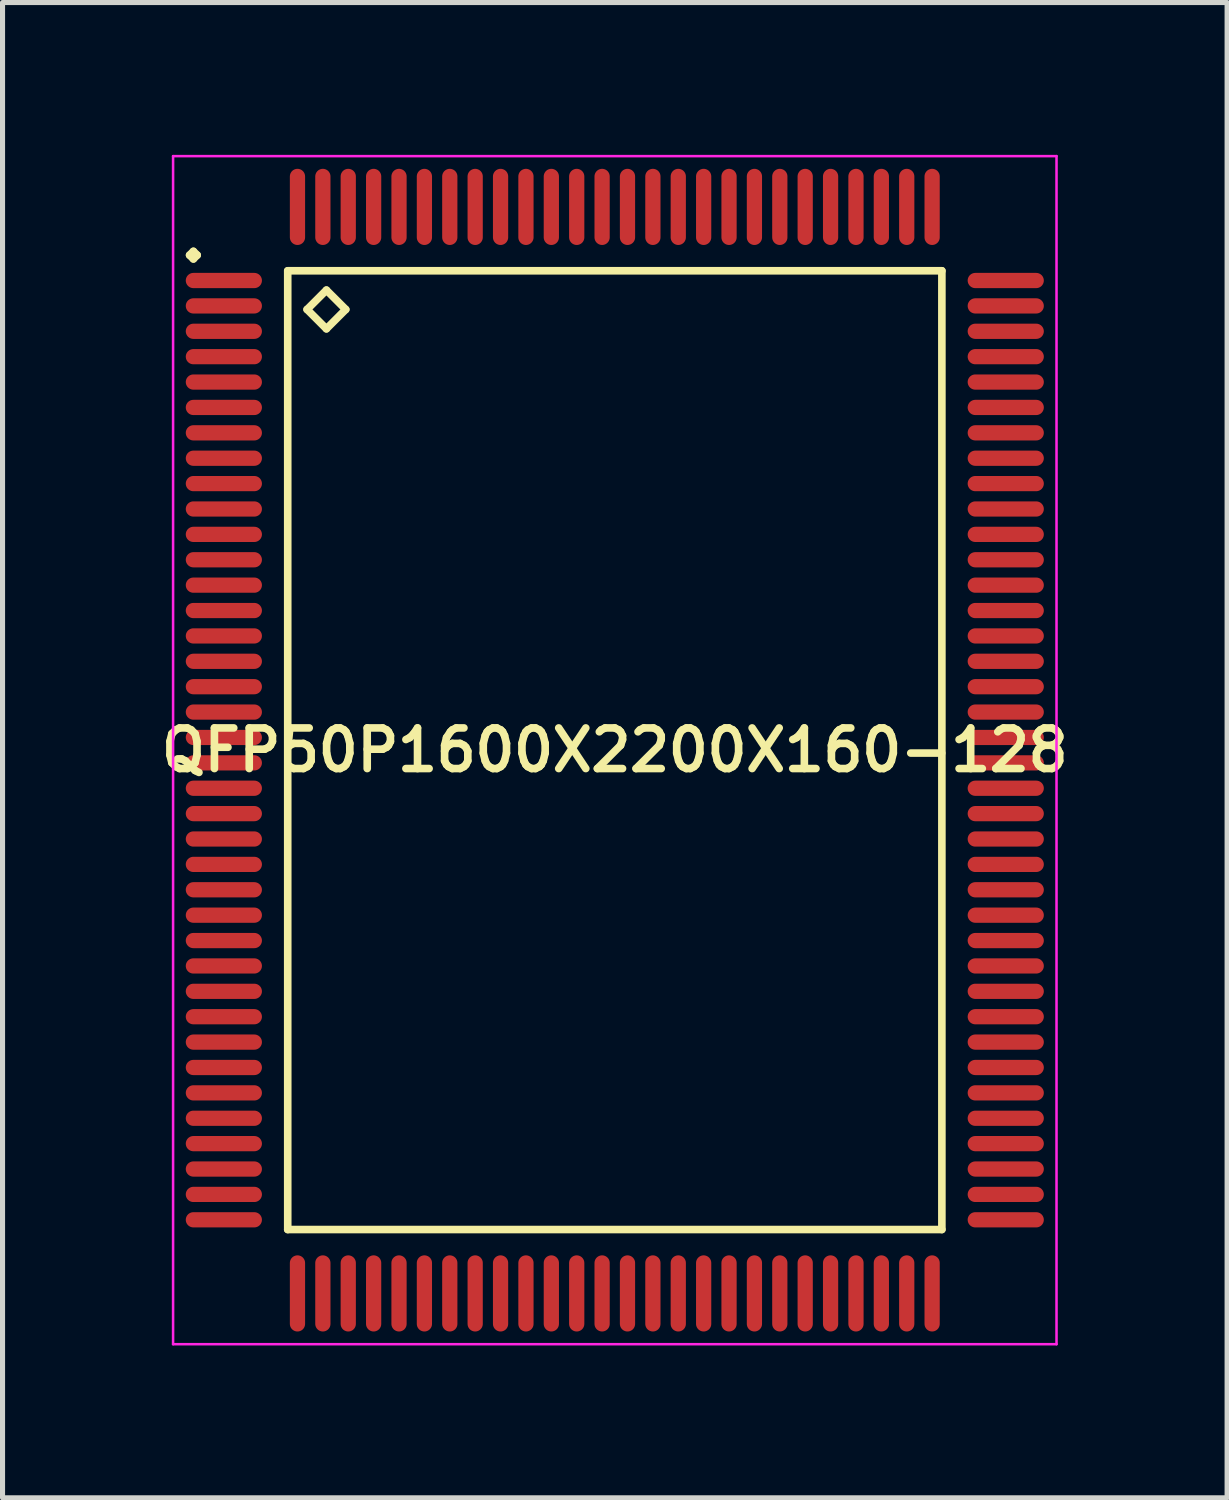
<source format=kicad_pcb>
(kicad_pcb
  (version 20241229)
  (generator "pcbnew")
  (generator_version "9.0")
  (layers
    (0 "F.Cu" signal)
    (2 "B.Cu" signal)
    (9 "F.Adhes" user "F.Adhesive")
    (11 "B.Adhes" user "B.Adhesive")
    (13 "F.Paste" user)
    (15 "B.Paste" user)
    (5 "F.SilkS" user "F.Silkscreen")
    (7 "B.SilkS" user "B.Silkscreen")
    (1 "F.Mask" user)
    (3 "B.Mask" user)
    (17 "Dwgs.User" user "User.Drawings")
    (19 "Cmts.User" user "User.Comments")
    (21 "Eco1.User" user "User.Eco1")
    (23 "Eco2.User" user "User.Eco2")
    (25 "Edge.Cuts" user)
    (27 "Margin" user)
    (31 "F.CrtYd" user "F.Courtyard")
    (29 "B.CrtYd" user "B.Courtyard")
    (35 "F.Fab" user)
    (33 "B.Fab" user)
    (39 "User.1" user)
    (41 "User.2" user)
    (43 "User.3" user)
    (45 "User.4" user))
  (footprint "QFP50P1600X2200X160-128"
    (layer "F.Cu")
    (at 9.059 11.725)
    (property "Reference" "QFP50P1600X2200X160-128" (at 0 0 0) (layer "F.SilkS") (effects (font (size 0.8 0.8) (thickness 0.15))))
    (attr smd)
    (fp_line (start -8.375 -9.75) (end -8.3 -9.825) (stroke (width 0.15) (type solid)) (layer "F.SilkS"))
    (fp_line (start -8.3 -9.825) (end -8.225 -9.75) (stroke (width 0.15) (type solid)) (layer "F.SilkS"))
    (fp_line (start -8.3 -9.675) (end -8.375 -9.75) (stroke (width 0.15) (type solid)) (layer "F.SilkS"))
    (fp_line (start -8.225 -9.75) (end -8.3 -9.675) (stroke (width 0.15) (type solid)) (layer "F.SilkS"))
    (fp_line (start -6.442 -9.442) (end -6.442 9.442) (stroke (width 0.15) (type solid)) (layer "F.SilkS"))
    (fp_line (start -6.442 9.442) (end 6.442 9.442) (stroke (width 0.15) (type solid)) (layer "F.SilkS"))
    (fp_line (start -6.061 -8.68) (end -5.68 -9.061) (stroke (width 0.15) (type solid)) (layer "F.SilkS"))
    (fp_line (start -5.68 -9.061) (end -5.299 -8.68) (stroke (width 0.15) (type solid)) (layer "F.SilkS"))
    (fp_line (start -5.68 -8.299) (end -6.061 -8.68) (stroke (width 0.15) (type solid)) (layer "F.SilkS"))
    (fp_line (start -5.299 -8.68) (end -5.68 -8.299) (stroke (width 0.15) (type solid)) (layer "F.SilkS"))
    (fp_line (start 6.442 -9.442) (end -6.442 -9.442) (stroke (width 0.15) (type solid)) (layer "F.SilkS"))
    (fp_line (start 6.442 9.442) (end 6.442 -9.442) (stroke (width 0.15) (type solid)) (layer "F.SilkS"))
    (fp_line (start -8.7 -11.7) (end 8.7 -11.7) (stroke (width 0.05) (type solid)) (layer "F.CrtYd"))
    (fp_line (start -8.7 11.7) (end -8.7 -11.7) (stroke (width 0.05) (type solid)) (layer "F.CrtYd"))
    (fp_line (start 8.7 -11.7) (end 8.7 11.7) (stroke (width 0.05) (type solid)) (layer "F.CrtYd"))
    (fp_line (start 8.7 11.7) (end -8.7 11.7) (stroke (width 0.05) (type solid)) (layer "F.CrtYd"))
    (pad "1" smd oval (at -7.7 -9.25) (size 1.5 0.3) (layers "F.Cu" "F.Mask" "F.Paste"))
    (pad "2" smd oval (at -7.7 -8.75) (size 1.5 0.3) (layers "F.Cu" "F.Mask" "F.Paste"))
    (pad "3" smd oval (at -7.7 -8.25) (size 1.5 0.3) (layers "F.Cu" "F.Mask" "F.Paste"))
    (pad "4" smd oval (at -7.7 -7.75) (size 1.5 0.3) (layers "F.Cu" "F.Mask" "F.Paste"))
    (pad "5" smd oval (at -7.7 -7.25) (size 1.5 0.3) (layers "F.Cu" "F.Mask" "F.Paste"))
    (pad "6" smd oval (at -7.7 -6.75) (size 1.5 0.3) (layers "F.Cu" "F.Mask" "F.Paste"))
    (pad "7" smd oval (at -7.7 -6.25) (size 1.5 0.3) (layers "F.Cu" "F.Mask" "F.Paste"))
    (pad "8" smd oval (at -7.7 -5.75) (size 1.5 0.3) (layers "F.Cu" "F.Mask" "F.Paste"))
    (pad "9" smd oval (at -7.7 -5.25) (size 1.5 0.3) (layers "F.Cu" "F.Mask" "F.Paste"))
    (pad "10" smd oval (at -7.7 -4.75) (size 1.5 0.3) (layers "F.Cu" "F.Mask" "F.Paste"))
    (pad "11" smd oval (at -7.7 -4.25) (size 1.5 0.3) (layers "F.Cu" "F.Mask" "F.Paste"))
    (pad "12" smd oval (at -7.7 -3.75) (size 1.5 0.3) (layers "F.Cu" "F.Mask" "F.Paste"))
    (pad "13" smd oval (at -7.7 -3.25) (size 1.5 0.3) (layers "F.Cu" "F.Mask" "F.Paste"))
    (pad "14" smd oval (at -7.7 -2.75) (size 1.5 0.3) (layers "F.Cu" "F.Mask" "F.Paste"))
    (pad "15" smd oval (at -7.7 -2.25) (size 1.5 0.3) (layers "F.Cu" "F.Mask" "F.Paste"))
    (pad "16" smd oval (at -7.7 -1.75) (size 1.5 0.3) (layers "F.Cu" "F.Mask" "F.Paste"))
    (pad "17" smd oval (at -7.7 -1.25) (size 1.5 0.3) (layers "F.Cu" "F.Mask" "F.Paste"))
    (pad "18" smd oval (at -7.7 -0.75) (size 1.5 0.3) (layers "F.Cu" "F.Mask" "F.Paste"))
    (pad "19" smd oval (at -7.7 -0.25) (size 1.5 0.3) (layers "F.Cu" "F.Mask" "F.Paste"))
    (pad "20" smd oval (at -7.7 0.25) (size 1.5 0.3) (layers "F.Cu" "F.Mask" "F.Paste"))
    (pad "21" smd oval (at -7.7 0.75) (size 1.5 0.3) (layers "F.Cu" "F.Mask" "F.Paste"))
    (pad "22" smd oval (at -7.7 1.25) (size 1.5 0.3) (layers "F.Cu" "F.Mask" "F.Paste"))
    (pad "23" smd oval (at -7.7 1.75) (size 1.5 0.3) (layers "F.Cu" "F.Mask" "F.Paste"))
    (pad "24" smd oval (at -7.7 2.25) (size 1.5 0.3) (layers "F.Cu" "F.Mask" "F.Paste"))
    (pad "25" smd oval (at -7.7 2.75) (size 1.5 0.3) (layers "F.Cu" "F.Mask" "F.Paste"))
    (pad "26" smd oval (at -7.7 3.25) (size 1.5 0.3) (layers "F.Cu" "F.Mask" "F.Paste"))
    (pad "27" smd oval (at -7.7 3.75) (size 1.5 0.3) (layers "F.Cu" "F.Mask" "F.Paste"))
    (pad "28" smd oval (at -7.7 4.25) (size 1.5 0.3) (layers "F.Cu" "F.Mask" "F.Paste"))
    (pad "29" smd oval (at -7.7 4.75) (size 1.5 0.3) (layers "F.Cu" "F.Mask" "F.Paste"))
    (pad "30" smd oval (at -7.7 5.25) (size 1.5 0.3) (layers "F.Cu" "F.Mask" "F.Paste"))
    (pad "31" smd oval (at -7.7 5.75) (size 1.5 0.3) (layers "F.Cu" "F.Mask" "F.Paste"))
    (pad "32" smd oval (at -7.7 6.25) (size 1.5 0.3) (layers "F.Cu" "F.Mask" "F.Paste"))
    (pad "33" smd oval (at -7.7 6.75) (size 1.5 0.3) (layers "F.Cu" "F.Mask" "F.Paste"))
    (pad "34" smd oval (at -7.7 7.25) (size 1.5 0.3) (layers "F.Cu" "F.Mask" "F.Paste"))
    (pad "35" smd oval (at -7.7 7.75) (size 1.5 0.3) (layers "F.Cu" "F.Mask" "F.Paste"))
    (pad "36" smd oval (at -7.7 8.25) (size 1.5 0.3) (layers "F.Cu" "F.Mask" "F.Paste"))
    (pad "37" smd oval (at -7.7 8.75) (size 1.5 0.3) (layers "F.Cu" "F.Mask" "F.Paste"))
    (pad "38" smd oval (at -7.7 9.25) (size 1.5 0.3) (layers "F.Cu" "F.Mask" "F.Paste"))
    (pad "39" smd oval (at -6.25 10.7) (size 0.3 1.5) (layers "F.Cu" "F.Mask" "F.Paste"))
    (pad "40" smd oval (at -5.75 10.7) (size 0.3 1.5) (layers "F.Cu" "F.Mask" "F.Paste"))
    (pad "41" smd oval (at -5.25 10.7) (size 0.3 1.5) (layers "F.Cu" "F.Mask" "F.Paste"))
    (pad "42" smd oval (at -4.75 10.7) (size 0.3 1.5) (layers "F.Cu" "F.Mask" "F.Paste"))
    (pad "43" smd oval (at -4.25 10.7) (size 0.3 1.5) (layers "F.Cu" "F.Mask" "F.Paste"))
    (pad "44" smd oval (at -3.75 10.7) (size 0.3 1.5) (layers "F.Cu" "F.Mask" "F.Paste"))
    (pad "45" smd oval (at -3.25 10.7) (size 0.3 1.5) (layers "F.Cu" "F.Mask" "F.Paste"))
    (pad "46" smd oval (at -2.75 10.7) (size 0.3 1.5) (layers "F.Cu" "F.Mask" "F.Paste"))
    (pad "47" smd oval (at -2.25 10.7) (size 0.3 1.5) (layers "F.Cu" "F.Mask" "F.Paste"))
    (pad "48" smd oval (at -1.75 10.7) (size 0.3 1.5) (layers "F.Cu" "F.Mask" "F.Paste"))
    (pad "49" smd oval (at -1.25 10.7) (size 0.3 1.5) (layers "F.Cu" "F.Mask" "F.Paste"))
    (pad "50" smd oval (at -0.75 10.7) (size 0.3 1.5) (layers "F.Cu" "F.Mask" "F.Paste"))
    (pad "51" smd oval (at -0.25 10.7) (size 0.3 1.5) (layers "F.Cu" "F.Mask" "F.Paste"))
    (pad "52" smd oval (at 0.25 10.7) (size 0.3 1.5) (layers "F.Cu" "F.Mask" "F.Paste"))
    (pad "53" smd oval (at 0.75 10.7) (size 0.3 1.5) (layers "F.Cu" "F.Mask" "F.Paste"))
    (pad "54" smd oval (at 1.25 10.7) (size 0.3 1.5) (layers "F.Cu" "F.Mask" "F.Paste"))
    (pad "55" smd oval (at 1.75 10.7) (size 0.3 1.5) (layers "F.Cu" "F.Mask" "F.Paste"))
    (pad "56" smd oval (at 2.25 10.7) (size 0.3 1.5) (layers "F.Cu" "F.Mask" "F.Paste"))
    (pad "57" smd oval (at 2.75 10.7) (size 0.3 1.5) (layers "F.Cu" "F.Mask" "F.Paste"))
    (pad "58" smd oval (at 3.25 10.7) (size 0.3 1.5) (layers "F.Cu" "F.Mask" "F.Paste"))
    (pad "59" smd oval (at 3.75 10.7) (size 0.3 1.5) (layers "F.Cu" "F.Mask" "F.Paste"))
    (pad "60" smd oval (at 4.25 10.7) (size 0.3 1.5) (layers "F.Cu" "F.Mask" "F.Paste"))
    (pad "61" smd oval (at 4.75 10.7) (size 0.3 1.5) (layers "F.Cu" "F.Mask" "F.Paste"))
    (pad "62" smd oval (at 5.25 10.7) (size 0.3 1.5) (layers "F.Cu" "F.Mask" "F.Paste"))
    (pad "63" smd oval (at 5.75 10.7) (size 0.3 1.5) (layers "F.Cu" "F.Mask" "F.Paste"))
    (pad "64" smd oval (at 6.25 10.7) (size 0.3 1.5) (layers "F.Cu" "F.Mask" "F.Paste"))
    (pad "65" smd oval (at 7.7 9.25) (size 1.5 0.3) (layers "F.Cu" "F.Mask" "F.Paste"))
    (pad "66" smd oval (at 7.7 8.75) (size 1.5 0.3) (layers "F.Cu" "F.Mask" "F.Paste"))
    (pad "67" smd oval (at 7.7 8.25) (size 1.5 0.3) (layers "F.Cu" "F.Mask" "F.Paste"))
    (pad "68" smd oval (at 7.7 7.75) (size 1.5 0.3) (layers "F.Cu" "F.Mask" "F.Paste"))
    (pad "69" smd oval (at 7.7 7.25) (size 1.5 0.3) (layers "F.Cu" "F.Mask" "F.Paste"))
    (pad "70" smd oval (at 7.7 6.75) (size 1.5 0.3) (layers "F.Cu" "F.Mask" "F.Paste"))
    (pad "71" smd oval (at 7.7 6.25) (size 1.5 0.3) (layers "F.Cu" "F.Mask" "F.Paste"))
    (pad "72" smd oval (at 7.7 5.75) (size 1.5 0.3) (layers "F.Cu" "F.Mask" "F.Paste"))
    (pad "73" smd oval (at 7.7 5.25) (size 1.5 0.3) (layers "F.Cu" "F.Mask" "F.Paste"))
    (pad "74" smd oval (at 7.7 4.75) (size 1.5 0.3) (layers "F.Cu" "F.Mask" "F.Paste"))
    (pad "75" smd oval (at 7.7 4.25) (size 1.5 0.3) (layers "F.Cu" "F.Mask" "F.Paste"))
    (pad "76" smd oval (at 7.7 3.75) (size 1.5 0.3) (layers "F.Cu" "F.Mask" "F.Paste"))
    (pad "77" smd oval (at 7.7 3.25) (size 1.5 0.3) (layers "F.Cu" "F.Mask" "F.Paste"))
    (pad "78" smd oval (at 7.7 2.75) (size 1.5 0.3) (layers "F.Cu" "F.Mask" "F.Paste"))
    (pad "79" smd oval (at 7.7 2.25) (size 1.5 0.3) (layers "F.Cu" "F.Mask" "F.Paste"))
    (pad "80" smd oval (at 7.7 1.75) (size 1.5 0.3) (layers "F.Cu" "F.Mask" "F.Paste"))
    (pad "81" smd oval (at 7.7 1.25) (size 1.5 0.3) (layers "F.Cu" "F.Mask" "F.Paste"))
    (pad "82" smd oval (at 7.7 0.75) (size 1.5 0.3) (layers "F.Cu" "F.Mask" "F.Paste"))
    (pad "83" smd oval (at 7.7 0.25) (size 1.5 0.3) (layers "F.Cu" "F.Mask" "F.Paste"))
    (pad "84" smd oval (at 7.7 -0.25) (size 1.5 0.3) (layers "F.Cu" "F.Mask" "F.Paste"))
    (pad "85" smd oval (at 7.7 -0.75) (size 1.5 0.3) (layers "F.Cu" "F.Mask" "F.Paste"))
    (pad "86" smd oval (at 7.7 -1.25) (size 1.5 0.3) (layers "F.Cu" "F.Mask" "F.Paste"))
    (pad "87" smd oval (at 7.7 -1.75) (size 1.5 0.3) (layers "F.Cu" "F.Mask" "F.Paste"))
    (pad "88" smd oval (at 7.7 -2.25) (size 1.5 0.3) (layers "F.Cu" "F.Mask" "F.Paste"))
    (pad "89" smd oval (at 7.7 -2.75) (size 1.5 0.3) (layers "F.Cu" "F.Mask" "F.Paste"))
    (pad "90" smd oval (at 7.7 -3.25) (size 1.5 0.3) (layers "F.Cu" "F.Mask" "F.Paste"))
    (pad "91" smd oval (at 7.7 -3.75) (size 1.5 0.3) (layers "F.Cu" "F.Mask" "F.Paste"))
    (pad "92" smd oval (at 7.7 -4.25) (size 1.5 0.3) (layers "F.Cu" "F.Mask" "F.Paste"))
    (pad "93" smd oval (at 7.7 -4.75) (size 1.5 0.3) (layers "F.Cu" "F.Mask" "F.Paste"))
    (pad "94" smd oval (at 7.7 -5.25) (size 1.5 0.3) (layers "F.Cu" "F.Mask" "F.Paste"))
    (pad "95" smd oval (at 7.7 -5.75) (size 1.5 0.3) (layers "F.Cu" "F.Mask" "F.Paste"))
    (pad "96" smd oval (at 7.7 -6.25) (size 1.5 0.3) (layers "F.Cu" "F.Mask" "F.Paste"))
    (pad "97" smd oval (at 7.7 -6.75) (size 1.5 0.3) (layers "F.Cu" "F.Mask" "F.Paste"))
    (pad "98" smd oval (at 7.7 -7.25) (size 1.5 0.3) (layers "F.Cu" "F.Mask" "F.Paste"))
    (pad "99" smd oval (at 7.7 -7.75) (size 1.5 0.3) (layers "F.Cu" "F.Mask" "F.Paste"))
    (pad "100" smd oval (at 7.7 -8.25) (size 1.5 0.3) (layers "F.Cu" "F.Mask" "F.Paste"))
    (pad "101" smd oval (at 7.7 -8.75) (size 1.5 0.3) (layers "F.Cu" "F.Mask" "F.Paste"))
    (pad "102" smd oval (at 7.7 -9.25) (size 1.5 0.3) (layers "F.Cu" "F.Mask" "F.Paste"))
    (pad "103" smd oval (at 6.25 -10.7) (size 0.3 1.5) (layers "F.Cu" "F.Mask" "F.Paste"))
    (pad "104" smd oval (at 5.75 -10.7) (size 0.3 1.5) (layers "F.Cu" "F.Mask" "F.Paste"))
    (pad "105" smd oval (at 5.25 -10.7) (size 0.3 1.5) (layers "F.Cu" "F.Mask" "F.Paste"))
    (pad "106" smd oval (at 4.75 -10.7) (size 0.3 1.5) (layers "F.Cu" "F.Mask" "F.Paste"))
    (pad "107" smd oval (at 4.25 -10.7) (size 0.3 1.5) (layers "F.Cu" "F.Mask" "F.Paste"))
    (pad "108" smd oval (at 3.75 -10.7) (size 0.3 1.5) (layers "F.Cu" "F.Mask" "F.Paste"))
    (pad "109" smd oval (at 3.25 -10.7) (size 0.3 1.5) (layers "F.Cu" "F.Mask" "F.Paste"))
    (pad "110" smd oval (at 2.75 -10.7) (size 0.3 1.5) (layers "F.Cu" "F.Mask" "F.Paste"))
    (pad "111" smd oval (at 2.25 -10.7) (size 0.3 1.5) (layers "F.Cu" "F.Mask" "F.Paste"))
    (pad "112" smd oval (at 1.75 -10.7) (size 0.3 1.5) (layers "F.Cu" "F.Mask" "F.Paste"))
    (pad "113" smd oval (at 1.25 -10.7) (size 0.3 1.5) (layers "F.Cu" "F.Mask" "F.Paste"))
    (pad "114" smd oval (at 0.75 -10.7) (size 0.3 1.5) (layers "F.Cu" "F.Mask" "F.Paste"))
    (pad "115" smd oval (at 0.25 -10.7) (size 0.3 1.5) (layers "F.Cu" "F.Mask" "F.Paste"))
    (pad "116" smd oval (at -0.25 -10.7) (size 0.3 1.5) (layers "F.Cu" "F.Mask" "F.Paste"))
    (pad "117" smd oval (at -0.75 -10.7) (size 0.3 1.5) (layers "F.Cu" "F.Mask" "F.Paste"))
    (pad "118" smd oval (at -1.25 -10.7) (size 0.3 1.5) (layers "F.Cu" "F.Mask" "F.Paste"))
    (pad "119" smd oval (at -1.75 -10.7) (size 0.3 1.5) (layers "F.Cu" "F.Mask" "F.Paste"))
    (pad "120" smd oval (at -2.25 -10.7) (size 0.3 1.5) (layers "F.Cu" "F.Mask" "F.Paste"))
    (pad "121" smd oval (at -2.75 -10.7) (size 0.3 1.5) (layers "F.Cu" "F.Mask" "F.Paste"))
    (pad "122" smd oval (at -3.25 -10.7) (size 0.3 1.5) (layers "F.Cu" "F.Mask" "F.Paste"))
    (pad "123" smd oval (at -3.75 -10.7) (size 0.3 1.5) (layers "F.Cu" "F.Mask" "F.Paste"))
    (pad "124" smd oval (at -4.25 -10.7) (size 0.3 1.5) (layers "F.Cu" "F.Mask" "F.Paste"))
    (pad "125" smd oval (at -4.75 -10.7) (size 0.3 1.5) (layers "F.Cu" "F.Mask" "F.Paste"))
    (pad "126" smd oval (at -5.25 -10.7) (size 0.3 1.5) (layers "F.Cu" "F.Mask" "F.Paste"))
    (pad "127" smd oval (at -5.75 -10.7) (size 0.3 1.5) (layers "F.Cu" "F.Mask" "F.Paste"))
    (pad "128" smd oval (at -6.25 -10.7) (size 0.3 1.5) (layers "F.Cu" "F.Mask" "F.Paste")))
  (gr_rect
    (start -3 -3)
    (end 21.119 26.45)
    (stroke (width 0.1) (type default))
    (fill no)
    (layer "Edge.Cuts")))
</source>
